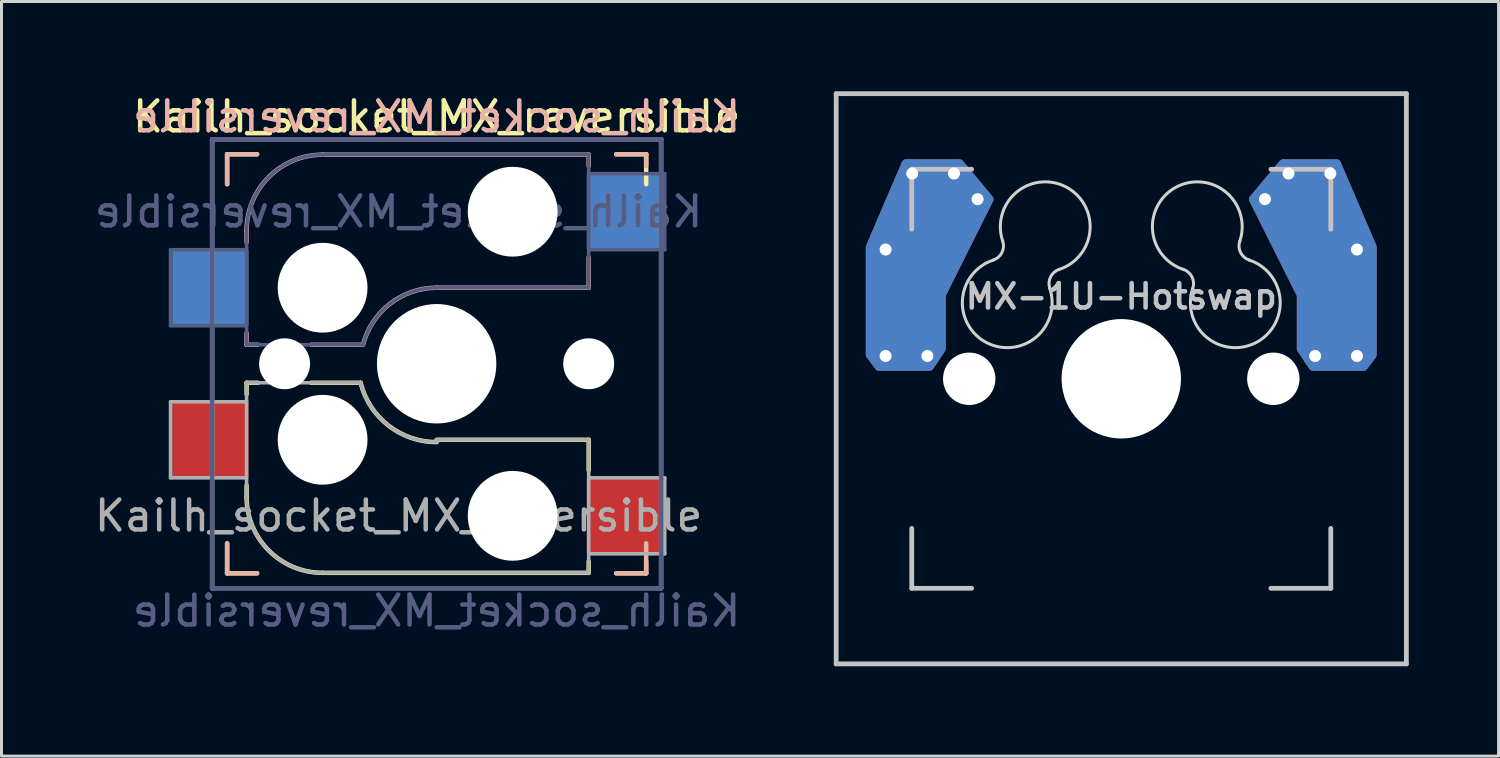
<source format=kicad_pcb>
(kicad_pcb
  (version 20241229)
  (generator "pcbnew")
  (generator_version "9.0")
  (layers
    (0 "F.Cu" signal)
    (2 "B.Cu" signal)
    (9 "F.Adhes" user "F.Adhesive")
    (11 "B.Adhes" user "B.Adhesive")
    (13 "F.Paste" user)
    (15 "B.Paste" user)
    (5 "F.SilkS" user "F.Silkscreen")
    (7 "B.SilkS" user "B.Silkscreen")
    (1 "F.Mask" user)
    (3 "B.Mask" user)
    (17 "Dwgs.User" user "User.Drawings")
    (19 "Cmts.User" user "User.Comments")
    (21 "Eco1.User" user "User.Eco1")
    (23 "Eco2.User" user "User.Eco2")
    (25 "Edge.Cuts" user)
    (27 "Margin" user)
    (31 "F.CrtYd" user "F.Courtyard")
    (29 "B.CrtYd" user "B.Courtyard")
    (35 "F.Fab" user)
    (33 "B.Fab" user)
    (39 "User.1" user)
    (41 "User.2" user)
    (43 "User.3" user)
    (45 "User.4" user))
  (footprint "MX-1U-Hotswap"
    (layer "F.Cu")
    (at 34.411 9.605)
    (property "Reference" "MX-1U-Hotswap" (at 0 -2.75 0) (layer "Dwgs.User") (effects (font (size 0.813 0.813) (thickness 0.152))))
    (attr through_hole)
    (fp_line (start -9.525 -9.525) (end 9.525 -9.525) (stroke (width 0.16) (type solid)) (layer "Dwgs.User"))
    (fp_line (start -9.525 9.525) (end -9.525 -9.525) (stroke (width 0.16) (type solid)) (layer "Dwgs.User"))
    (fp_line (start -7 -7) (end -7 -5) (stroke (width 0.16) (type solid)) (layer "Dwgs.User"))
    (fp_line (start -7 5) (end -7 7) (stroke (width 0.16) (type solid)) (layer "Dwgs.User"))
    (fp_line (start -7 7) (end -5 7) (stroke (width 0.16) (type solid)) (layer "Dwgs.User"))
    (fp_line (start -5 -7) (end -7 -7) (stroke (width 0.16) (type solid)) (layer "Dwgs.User"))
    (fp_line (start 5 -7) (end 7 -7) (stroke (width 0.16) (type solid)) (layer "Dwgs.User"))
    (fp_line (start 5 7) (end 7 7) (stroke (width 0.16) (type solid)) (layer "Dwgs.User"))
    (fp_line (start 7 -7) (end 7 -5) (stroke (width 0.16) (type solid)) (layer "Dwgs.User"))
    (fp_line (start 7 7) (end 7 5) (stroke (width 0.16) (type solid)) (layer "Dwgs.User"))
    (fp_line (start 9.525 -9.525) (end 9.525 9.525) (stroke (width 0.16) (type solid)) (layer "Dwgs.User"))
    (fp_line (start 9.525 9.525) (end -9.525 9.525) (stroke (width 0.16) (type solid)) (layer "Dwgs.User"))
    (fp_line (start -1.191 -1.191) (end 1.191 1.191) (stroke (width 0.16) (type solid)) (layer "Cmts.User"))
    (fp_line (start -1.191 1.191) (end 1.191 -1.191) (stroke (width 0.16) (type solid)) (layer "Cmts.User"))
    (fp_arc (start -3.96108 -4.600241) (mid -3.987242 -4.216863) (end -4.277581 -3.965135) (stroke (width 0.1) (type solid)) (layer "Edge.Cuts"))
    (fp_arc (start -3.96108 -4.600241) (mid -1.869375 -6.421603) (end -2.070859 -3.655379) (stroke (width 0.1) (type solid)) (layer "Edge.Cuts"))
    (fp_arc (start -2.389 -3.02) (mid -4.481247 -1.198706) (end -4.277581 -3.965135) (stroke (width 0.1) (type solid)) (layer "Edge.Cuts"))
    (fp_arc (start -2.389 -3.02) (mid -2.362333 -3.403985) (end -2.070858 -3.655378) (stroke (width 0.1) (type solid)) (layer "Edge.Cuts"))
    (fp_arc (start 2.070858 -3.655378) (mid 2.362333 -3.403985) (end 2.389 -3.02) (stroke (width 0.1) (type solid)) (layer "Edge.Cuts"))
    (fp_arc (start 2.070859 -3.655379) (mid 1.869375 -6.421604) (end 3.96108 -4.600241) (stroke (width 0.1) (type solid)) (layer "Edge.Cuts"))
    (fp_arc (start 4.277581 -3.965135) (mid 4.481247 -1.198706) (end 2.389 -3.02) (stroke (width 0.1) (type solid)) (layer "Edge.Cuts"))
    (fp_arc (start 4.277581 -3.965135) (mid 3.987242 -4.216863) (end 3.96108 -4.600241) (stroke (width 0.1) (type solid)) (layer "Edge.Cuts"))
    (pad "" np_thru_hole circle (at -5.08 0 48) (size 1.75 1.75) (drill 1.75) (layers "*.Cu" "*.Mask"))
    (pad "" np_thru_hole circle (at 0 0) (size 3.988 3.988) (drill 3.988) (layers "*.Cu" "*.Mask"))
    (pad "" np_thru_hole circle (at 5.08 0 48) (size 1.75 1.75) (drill 1.75) (layers "*.Cu" "*.Mask"))
    (pad "1" thru_hole circle (at -7.874 -4.318) (size 0.8 0.8) (drill 0.4) (layers "*.Cu"))
    (pad "1" thru_hole circle (at -7.874 -0.762) (size 0.8 0.8) (drill 0.4) (layers "*.Cu"))
    (pad "1" smd custom (at -7.285 -2.54 180) (size 2.35 2.5) (layers "B.Cu") (options (anchor rect)) (primitives (gr_poly (pts (xy -1.285 -1.54) (xy -1.285 0.26) (xy -2.885 3.46) (xy -1.885 4.66) (xy -0.085 4.66) (xy 1.115 1.86) (xy 1.115 -1.74) (xy 0.815 -2.14) (xy -0.885 -2.14)) (width 0.27) (fill yes))))
    (pad "1" smd rect (at -7.2 -2.54 180) (size 2.35 2.5) (layers "B.Cu" "B.Mask" "B.Paste"))
    (pad "1" thru_hole circle (at -6.985 -6.858) (size 0.8 0.8) (drill 0.4) (layers "*.Cu"))
    (pad "1" smd custom (at -6.499 -5.067 180) (size 2.15 2.5) (layers "F.Cu") (options (anchor rect)) (primitives (gr_poly (pts (xy -0.499 -4.067) (xy -0.499 -2.267) (xy -2.099 0.933) (xy -1.099 2.133) (xy 0.701 2.133) (xy 1.901 -0.667) (xy 1.901 -4.267) (xy 1.601 -4.667) (xy -0.099 -4.667)) (width 0.27) (fill yes))))
    (pad "1" thru_hole circle (at -6.477 -0.762) (size 0.8 0.8) (drill 0.4) (layers "*.Cu"))
    (pad "1" smd rect (at -6.399 -5.067 180) (size 2.15 2.5) (layers "F.Cu" "F.Mask" "F.Paste"))
    (pad "1" thru_hole circle (at -5.588 -6.858) (size 0.8 0.8) (drill 0.4) (layers "*.Cu"))
    (pad "1" thru_hole circle (at -4.8 -6) (size 0.8 0.8) (drill 0.4) (layers "*.Cu"))
    (pad "2" thru_hole circle (at 4.8 -6) (size 0.8 0.8) (drill 0.4) (layers "*.Cu"))
    (pad "2" thru_hole circle (at 5.588 -6.858) (size 0.8 0.8) (drill 0.4) (layers "*.Cu"))
    (pad "2" smd rect (at 6.425 -5.067) (size 2.15 2.5) (layers "B.Cu" "B.Mask" "B.Paste"))
    (pad "2" smd custom (at 6.425 -5.067 180) (size 2.15 2.5) (layers "B.Cu") (options (anchor rect)) (primitives (gr_poly (pts (xy 0.425 -4.067) (xy 0.425 -2.267) (xy 2.025 0.933) (xy 1.025 2.133) (xy -0.775 2.133) (xy -1.975 -0.667) (xy -1.975 -4.267) (xy -1.675 -4.667) (xy 0.025 -4.667)) (width 0.27) (fill yes))))
    (pad "2" thru_hole circle (at 6.477 -0.762) (size 0.8 0.8) (drill 0.4) (layers "*.Cu"))
    (pad "2" thru_hole circle (at 6.985 -6.858) (size 0.8 0.8) (drill 0.4) (layers "*.Cu"))
    (pad "2" smd rect (at 7.212 -2.54) (size 2.35 2.5) (layers "F.Cu" "F.Mask" "F.Paste"))
    (pad "2" smd custom (at 7.212 -2.54 180) (size 2.35 2.5) (layers "F.Cu") (options (anchor rect)) (primitives (gr_poly (pts (xy 1.212 -1.54) (xy 1.212 0.26) (xy 2.812 3.46) (xy 1.812 4.66) (xy 0.012 4.66) (xy -1.188 1.86) (xy -1.188 -1.74) (xy -0.888 -2.14) (xy 0.812 -2.14)) (width 0.27) (fill yes))))
    (pad "2" thru_hole circle (at 7.874 -4.318) (size 0.8 0.8) (drill 0.4) (layers "*.Cu"))
    (pad "2" thru_hole circle (at 7.874 -0.762) (size 0.8 0.8) (drill 0.4) (layers "*.Cu")))
  (footprint "Kailh_socket_MX_reversible"
    (layer "F.Cu")
    (at 11.538 9.103)
    (property "Reference" "Kailh_socket_MX_reversible" (at 0 -8.255 0) (layer "F.SilkS") (effects (font (size 1 1) (thickness 0.15))))
    (property "Value" "Kailh_socket_MX_reversible" (at 0 8.255 0) (layer "F.Fab") (hide yes) (effects (font (size 1 1) (thickness 0.15))))
    (attr smd)
    (fp_line (start -7 -7) (end -6 -7) (stroke (width 0.15) (type solid)) (layer "F.SilkS"))
    (fp_line (start -7 -6) (end -7 -7) (stroke (width 0.15) (type solid)) (layer "F.SilkS"))
    (fp_line (start -7 7) (end -7 6) (stroke (width 0.15) (type solid)) (layer "F.SilkS"))
    (fp_line (start -6.35 0.635) (end -5.969 0.635) (stroke (width 0.15) (type solid)) (layer "F.SilkS"))
    (fp_line (start -6.35 1.016) (end -6.35 0.635) (stroke (width 0.15) (type solid)) (layer "F.SilkS"))
    (fp_line (start -6.35 4.445) (end -6.35 4.064) (stroke (width 0.15) (type solid)) (layer "F.SilkS"))
    (fp_line (start -6 7) (end -7 7) (stroke (width 0.15) (type solid)) (layer "F.SilkS"))
    (fp_line (start -4.191 0.635) (end -2.54 0.635) (stroke (width 0.15) (type solid)) (layer "F.SilkS"))
    (fp_line (start 0 2.54) (end 5.08 2.54) (stroke (width 0.15) (type solid)) (layer "F.SilkS"))
    (fp_line (start 5.08 2.54) (end 5.08 3.556) (stroke (width 0.15) (type solid)) (layer "F.SilkS"))
    (fp_line (start 5.08 6.604) (end 5.08 6.985) (stroke (width 0.15) (type solid)) (layer "F.SilkS"))
    (fp_line (start 5.08 6.985) (end -3.81 6.985) (stroke (width 0.15) (type solid)) (layer "F.SilkS"))
    (fp_line (start 6 -7) (end 7 -7) (stroke (width 0.15) (type solid)) (layer "F.SilkS"))
    (fp_line (start 7 -7) (end 7 -6) (stroke (width 0.15) (type solid)) (layer "F.SilkS"))
    (fp_line (start 7 6.604) (end 7 7) (stroke (width 0.15) (type solid)) (layer "F.SilkS"))
    (fp_line (start 7 7) (end 6 7) (stroke (width 0.15) (type solid)) (layer "F.SilkS"))
    (fp_arc (start -3.81 6.985) (mid -5.606051 6.241051) (end -6.35 4.445) (stroke (width 0.15) (type solid)) (layer "F.SilkS"))
    (fp_arc (start -0.000001 2.618171) (mid -1.611255 2.063656) (end -2.539999 0.634999) (stroke (width 0.15) (type solid)) (layer "F.SilkS"))
    (fp_line (start -7 -7) (end -6 -7) (stroke (width 0.15) (type solid)) (layer "B.SilkS"))
    (fp_line (start -7 -6) (end -7 -7) (stroke (width 0.15) (type solid)) (layer "B.SilkS"))
    (fp_line (start -7 7) (end -7 6) (stroke (width 0.15) (type solid)) (layer "B.SilkS"))
    (fp_line (start -6.35 -4.445) (end -6.35 -4.064) (stroke (width 0.15) (type solid)) (layer "B.SilkS"))
    (fp_line (start -6.35 -1.016) (end -6.35 -0.635) (stroke (width 0.15) (type solid)) (layer "B.SilkS"))
    (fp_line (start -6.35 -0.635) (end -5.969 -0.635) (stroke (width 0.15) (type solid)) (layer "B.SilkS"))
    (fp_line (start -6 7) (end -7 7) (stroke (width 0.15) (type solid)) (layer "B.SilkS"))
    (fp_line (start -4.191 -0.635) (end -2.54 -0.635) (stroke (width 0.15) (type solid)) (layer "B.SilkS"))
    (fp_line (start 0 -2.54) (end 5.08 -2.54) (stroke (width 0.15) (type solid)) (layer "B.SilkS"))
    (fp_line (start 5.08 -6.985) (end -3.81 -6.985) (stroke (width 0.15) (type solid)) (layer "B.SilkS"))
    (fp_line (start 5.08 -6.604) (end 5.08 -6.985) (stroke (width 0.15) (type solid)) (layer "B.SilkS"))
    (fp_line (start 5.08 -2.54) (end 5.08 -3.556) (stroke (width 0.15) (type solid)) (layer "B.SilkS"))
    (fp_line (start 6 -7) (end 7 -7) (stroke (width 0.15) (type solid)) (layer "B.SilkS"))
    (fp_line (start 7 -7) (end 7 -6.604) (stroke (width 0.15) (type solid)) (layer "B.SilkS"))
    (fp_line (start 7 6) (end 7 7) (stroke (width 0.15) (type solid)) (layer "B.SilkS"))
    (fp_line (start 7 7) (end 6 7) (stroke (width 0.15) (type solid)) (layer "B.SilkS"))
    (fp_arc (start -6.35 -4.445) (mid -5.606051 -6.241051) (end -3.81 -6.985) (stroke (width 0.15) (type solid)) (layer "B.SilkS"))
    (fp_arc (start -2.461268 -0.627503) (mid -1.558484 -2.005674) (end 0 -2.54) (stroke (width 0.15) (type solid)) (layer "B.SilkS"))
    (fp_line (start -6.9 6.9) (end -6.9 -6.9) (stroke (width 0.15) (type solid)) (layer "Eco2.User"))
    (fp_line (start -6.9 6.9) (end 6.9 6.9) (stroke (width 0.15) (type solid)) (layer "Eco2.User"))
    (fp_line (start 6.9 -6.9) (end -6.9 -6.9) (stroke (width 0.15) (type solid)) (layer "Eco2.User"))
    (fp_line (start 6.9 -6.9) (end 6.9 6.9) (stroke (width 0.15) (type solid)) (layer "Eco2.User"))
    (fp_line (start -8.89 -3.81) (end -8.89 -1.27) (stroke (width 0.12) (type solid)) (layer "B.Fab"))
    (fp_line (start -8.89 -1.27) (end -6.35 -1.27) (stroke (width 0.12) (type solid)) (layer "B.Fab"))
    (fp_line (start -7.5 -7.5) (end 7.5 -7.5) (stroke (width 0.15) (type solid)) (layer "B.Fab"))
    (fp_line (start -7.5 7.5) (end -7.5 -7.5) (stroke (width 0.15) (type solid)) (layer "B.Fab"))
    (fp_line (start -6.35 -4.445) (end -6.35 -0.635) (stroke (width 0.12) (type solid)) (layer "B.Fab"))
    (fp_line (start -6.35 -3.81) (end -8.89 -3.81) (stroke (width 0.12) (type solid)) (layer "B.Fab"))
    (fp_line (start -6.35 -0.635) (end -2.54 -0.635) (stroke (width 0.12) (type solid)) (layer "B.Fab"))
    (fp_line (start 0 -2.54) (end 5.08 -2.54) (stroke (width 0.12) (type solid)) (layer "B.Fab"))
    (fp_line (start 5.08 -6.985) (end -3.81 -6.985) (stroke (width 0.12) (type solid)) (layer "B.Fab"))
    (fp_line (start 5.08 -3.81) (end 7.62 -3.81) (stroke (width 0.12) (type solid)) (layer "B.Fab"))
    (fp_line (start 5.08 -2.54) (end 5.08 -6.985) (stroke (width 0.12) (type solid)) (layer "B.Fab"))
    (fp_line (start 7.5 -7.5) (end 7.5 7.5) (stroke (width 0.15) (type solid)) (layer "B.Fab"))
    (fp_line (start 7.5 7.5) (end -7.5 7.5) (stroke (width 0.15) (type solid)) (layer "B.Fab"))
    (fp_line (start 7.62 -6.35) (end 5.08 -6.35) (stroke (width 0.12) (type solid)) (layer "B.Fab"))
    (fp_line (start 7.62 -3.81) (end 7.62 -6.35) (stroke (width 0.12) (type solid)) (layer "B.Fab"))
    (fp_arc (start -6.35 -4.445) (mid -5.606051 -6.241051) (end -3.81 -6.985) (stroke (width 0.12) (type solid)) (layer "B.Fab"))
    (fp_arc (start -2.464162 -0.61604) (mid -1.563147 -2.002042) (end 0 -2.54) (stroke (width 0.12) (type solid)) (layer "B.Fab"))
    (fp_line (start -8.89 1.27) (end -8.89 3.81) (stroke (width 0.12) (type solid)) (layer "F.Fab"))
    (fp_line (start -8.89 3.81) (end -6.35 3.81) (stroke (width 0.12) (type solid)) (layer "F.Fab"))
    (fp_line (start -7.5 -7.5) (end 7.5 -7.5) (stroke (width 0.15) (type solid)) (layer "F.Fab"))
    (fp_line (start -7.5 7.5) (end -7.5 -7.5) (stroke (width 0.15) (type solid)) (layer "F.Fab"))
    (fp_line (start -6.35 0.635) (end -6.35 4.445) (stroke (width 0.12) (type solid)) (layer "F.Fab"))
    (fp_line (start -6.35 1.27) (end -8.89 1.27) (stroke (width 0.12) (type solid)) (layer "F.Fab"))
    (fp_line (start -3.81 6.985) (end 5.08 6.985) (stroke (width 0.12) (type solid)) (layer "F.Fab"))
    (fp_line (start -2.54 0.635) (end -6.35 0.635) (stroke (width 0.12) (type solid)) (layer "F.Fab"))
    (fp_line (start 5.08 2.54) (end 0 2.54) (stroke (width 0.12) (type solid)) (layer "F.Fab"))
    (fp_line (start 5.08 6.35) (end 7.62 6.35) (stroke (width 0.12) (type solid)) (layer "F.Fab"))
    (fp_line (start 5.08 6.985) (end 5.08 2.54) (stroke (width 0.12) (type solid)) (layer "F.Fab"))
    (fp_line (start 7.5 -7.5) (end 7.5 7.5) (stroke (width 0.15) (type solid)) (layer "F.Fab"))
    (fp_line (start 7.5 7.5) (end -7.5 7.5) (stroke (width 0.15) (type solid)) (layer "F.Fab"))
    (fp_line (start 7.62 3.81) (end 5.08 3.81) (stroke (width 0.12) (type solid)) (layer "F.Fab"))
    (fp_line (start 7.62 6.35) (end 7.62 3.81) (stroke (width 0.12) (type solid)) (layer "F.Fab"))
    (fp_arc (start -3.81 6.985) (mid -5.606051 6.241051) (end -6.35 4.445) (stroke (width 0.12) (type solid)) (layer "F.Fab"))
    (fp_arc (start -0.000001 2.618171) (mid -1.611255 2.063656) (end -2.539999 0.634999) (stroke (width 0.12) (type solid)) (layer "F.Fab"))
    (fp_text user "${REFERENCE}" (at 0 -8.255 0) (layer "B.SilkS") (effects (font (size 1 1) (thickness 0.15)) (justify mirror)))
    (fp_text user "${VALUE}" (at 0 8.255 0) (layer "B.Fab") (effects (font (size 1 1) (thickness 0.15)) (justify mirror)))
    (fp_text user "${REFERENCE}" (at -1.27 -5.08 0) (layer "B.Fab") (effects (font (size 1 1) (thickness 0.15)) (justify mirror)))
    (fp_text user "${REFERENCE}" (at -1.27 5.08 0) (layer "F.Fab") (effects (font (size 1 1) (thickness 0.15))))
    (pad "" np_thru_hole circle (at -5.08 0) (size 1.702 1.702) (drill 1.702) (layers "*.Cu" "*.Mask"))
    (pad "" np_thru_hole circle (at -3.81 -2.54) (size 3 3) (drill 3) (layers "*.Cu" "*.Mask"))
    (pad "" np_thru_hole circle (at -3.81 2.54) (size 3 3) (drill 3) (layers "*.Cu" "*.Mask"))
    (pad "" np_thru_hole circle (at 0 0) (size 3.988 3.988) (drill 3.988) (layers "*.Cu" "*.Mask"))
    (pad "" np_thru_hole circle (at 2.54 -5.08) (size 3 3) (drill 3) (layers "*.Cu" "*.Mask"))
    (pad "" np_thru_hole circle (at 2.54 5.08) (size 3 3) (drill 3) (layers "*.Cu" "*.Mask"))
    (pad "" np_thru_hole circle (at 5.08 0) (size 1.702 1.702) (drill 1.702) (layers "*.Cu" "*.Mask"))
    (pad "1" smd rect (at 6.29 -5.08) (size 2.55 2.5) (layers "B.Cu" "B.Mask" "B.Paste"))
    (pad "1" smd rect (at 6.29 5.08) (size 2.55 2.5) (layers "F.Cu" "F.Mask" "F.Paste"))
    (pad "2" smd rect (at -7.56 -2.54) (size 2.55 2.5) (layers "B.Cu" "B.Mask" "B.Paste"))
    (pad "2" smd rect (at -7.56 2.54) (size 2.55 2.5) (layers "F.Cu" "F.Mask" "F.Paste")))
  (gr_rect
    (start -3 -3)
    (end 47.016 22.21)
    (stroke (width 0.1) (type default))
    (fill no)
    (layer "Edge.Cuts")))
</source>
